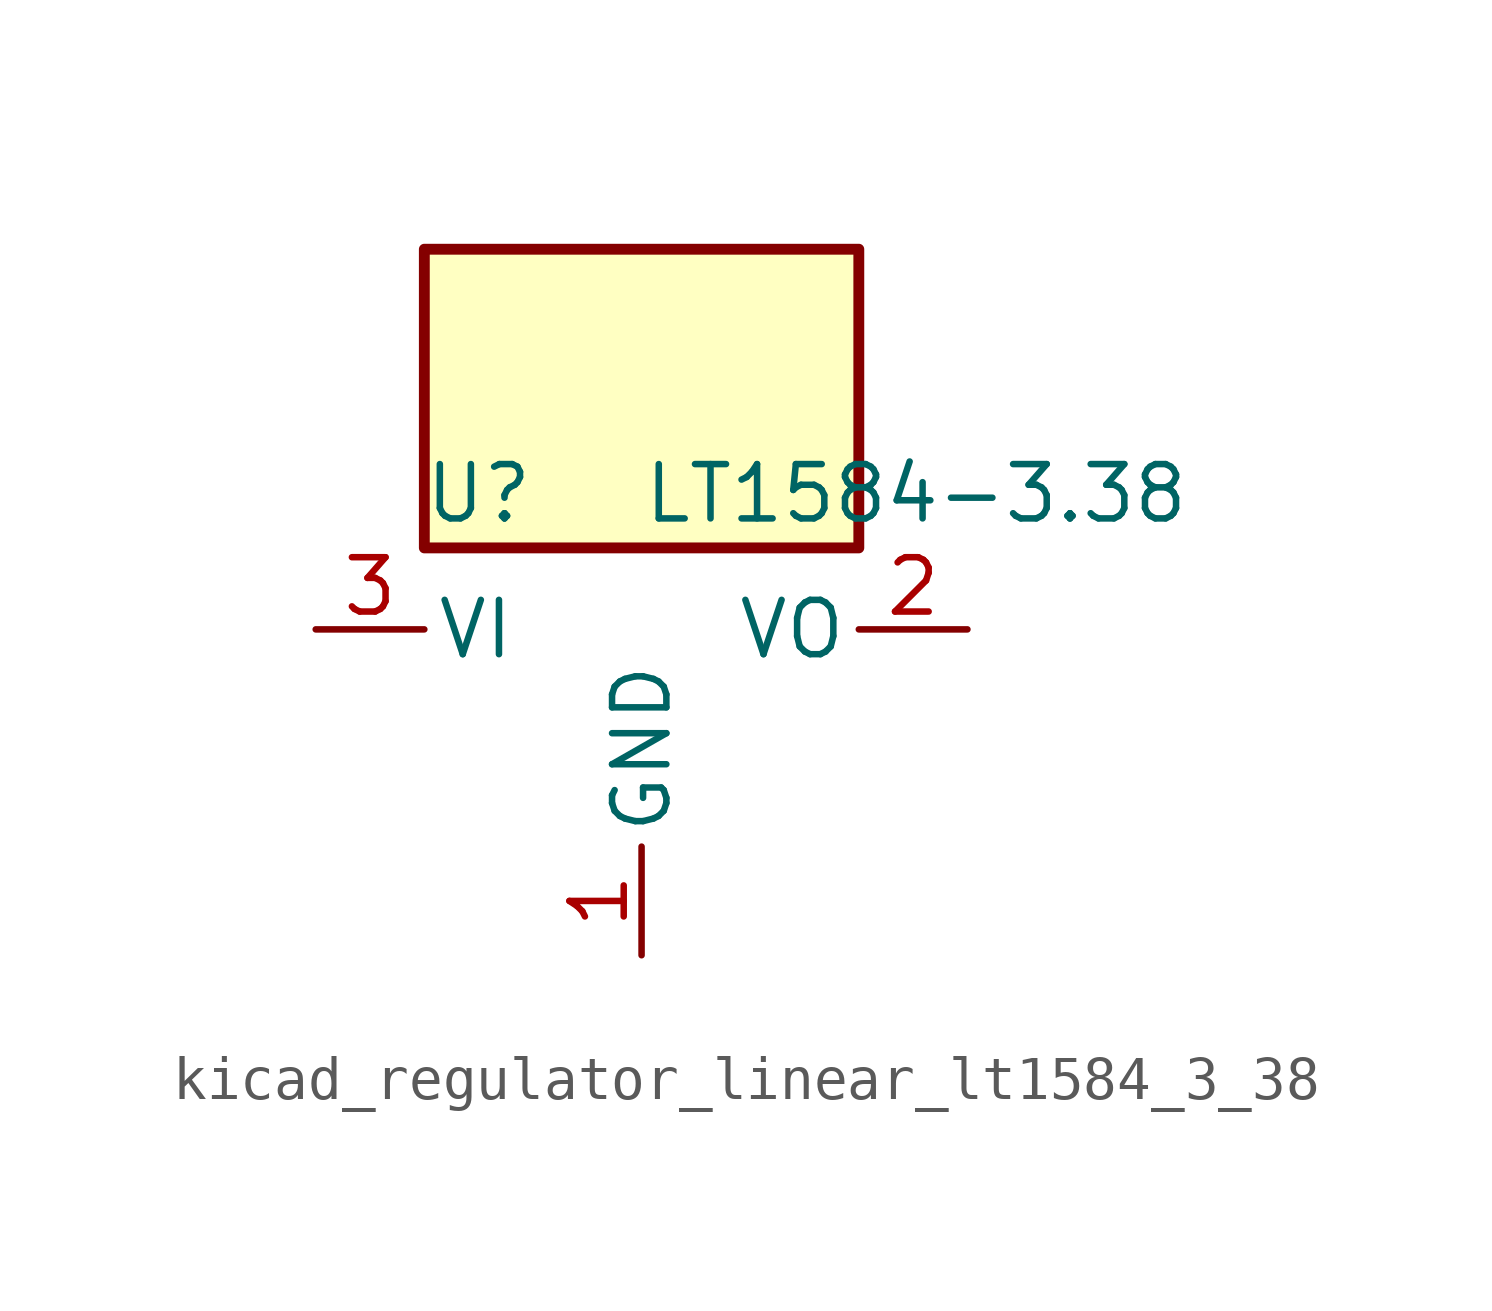
<source format=kicad_sym>
(kicad_symbol_lib
  (version 20220914)
  (generator kicad_symbol_editor)
  (symbol "kicad_regulator_linear_lt1584_3_38"
    (pin_names
      (offset 0.254))
    (property "Reference" "U"
      (at -3.81 3.175 0)
      (effects (font (size 1.27 1.27))))
    (property "Value" "LT1584-3.38"
      (at 0 3.175 0)
      (effects (font (size 1.27 1.27)) (justify left)))
    (symbol "kicad_regulator_linear_lt1584_3_38_0_1"
      (rectangle (start 5.08 8.89) (end -5.08 1.905) (stroke (width 0.254) (type default)) (fill (type background))))
    (symbol "kicad_regulator_linear_lt1584_3_38_1_1"
      (pin power_in line (at 0 -7.62 90) (length 2.54) (name "GND" (effects (font (size 1.27 1.27)))) (number "1" (effects (font (size 1.27 1.27)))))
      (pin power_out line (at 7.62 0 180) (length 2.54) (name "VO" (effects (font (size 1.27 1.27)))) (number "2" (effects (font (size 1.27 1.27)))))
      (pin power_in line (at -7.62 0 0) (length 2.54) (name "VI" (effects (font (size 1.27 1.27)))) (number "3" (effects (font (size 1.27 1.27))))))))
</source>
